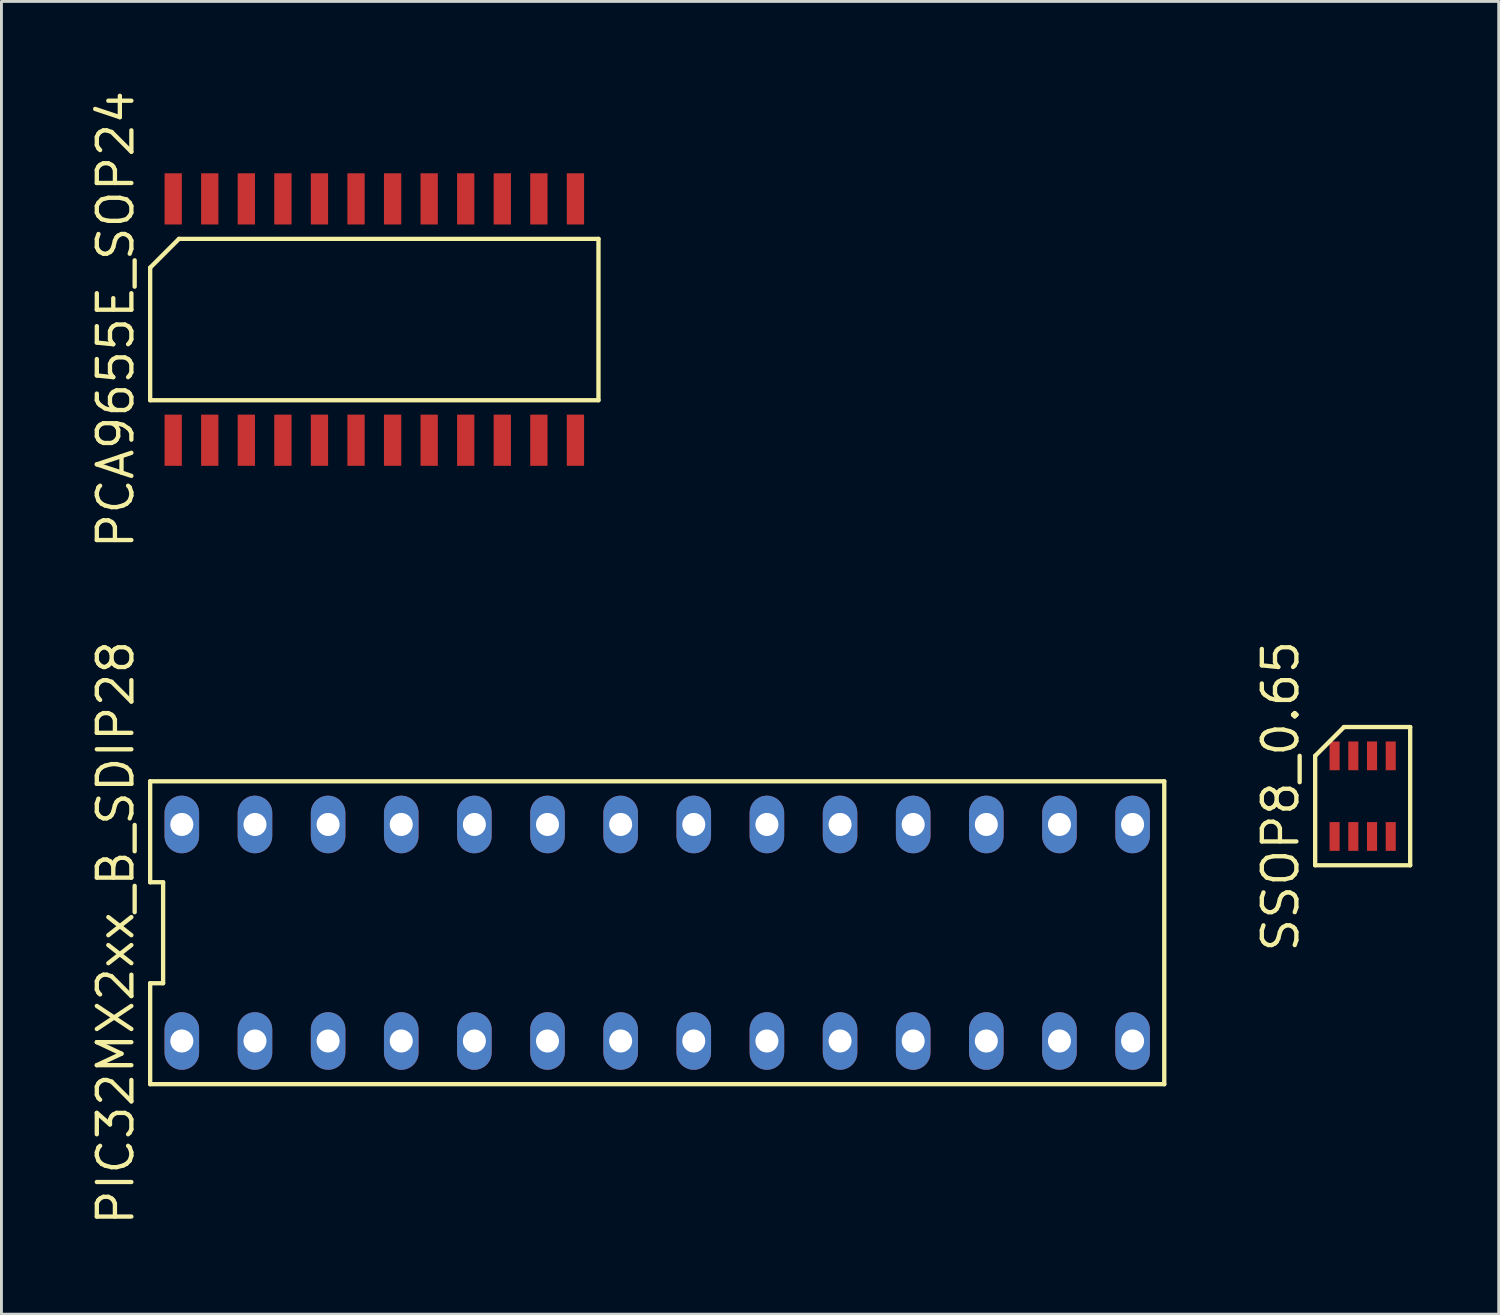
<source format=kicad_pcb>
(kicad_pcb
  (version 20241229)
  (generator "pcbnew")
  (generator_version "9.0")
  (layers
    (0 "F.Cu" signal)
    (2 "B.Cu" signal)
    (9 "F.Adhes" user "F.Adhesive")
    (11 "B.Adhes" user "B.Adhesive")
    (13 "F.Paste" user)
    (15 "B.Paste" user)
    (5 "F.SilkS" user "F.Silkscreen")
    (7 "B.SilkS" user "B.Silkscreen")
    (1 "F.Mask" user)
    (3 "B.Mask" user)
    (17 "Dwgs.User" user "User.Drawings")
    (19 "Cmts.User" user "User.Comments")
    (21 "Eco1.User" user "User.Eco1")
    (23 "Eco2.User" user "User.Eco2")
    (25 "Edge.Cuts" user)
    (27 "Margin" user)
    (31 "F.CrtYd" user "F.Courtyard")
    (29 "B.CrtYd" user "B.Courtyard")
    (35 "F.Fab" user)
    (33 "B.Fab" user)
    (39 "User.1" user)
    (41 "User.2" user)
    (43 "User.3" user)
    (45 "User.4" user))
  (footprint "SSOP8_0.65"
    (layer "F.Cu")
    (at 44.276 24.601)
    (property "Reference" "SSOP8_0.65" (at -2.85 0 90) (layer "F.SilkS") (effects (font (size 1.2 1.2) (thickness 0.15))))
    (attr through_hole)
    (fp_line (start -1.65 -1.4) (end -1.65 2.4) (stroke (width 0.15) (type solid)) (layer "F.SilkS"))
    (fp_line (start -1.65 2.4) (end 1.65 2.4) (stroke (width 0.15) (type solid)) (layer "F.SilkS"))
    (fp_line (start -0.65 -2.4) (end -1.65 -1.4) (stroke (width 0.15) (type solid)) (layer "F.SilkS"))
    (fp_line (start 1.65 -2.4) (end -0.65 -2.4) (stroke (width 0.15) (type solid)) (layer "F.SilkS"))
    (fp_line (start 1.65 2.4) (end 1.65 -2.4) (stroke (width 0.15) (type solid)) (layer "F.SilkS"))
    (pad "1" smd rect (at -0.975 1.4) (size 0.35 1) (layers "F.Cu" "F.Mask" "F.Paste"))
    (pad "2" smd rect (at -0.325 1.4) (size 0.35 1) (layers "F.Cu" "F.Mask" "F.Paste"))
    (pad "3" smd rect (at 0.325 1.4) (size 0.35 1) (layers "F.Cu" "F.Mask" "F.Paste"))
    (pad "4" smd rect (at 0.975 1.4) (size 0.35 1) (layers "F.Cu" "F.Mask" "F.Paste"))
    (pad "5" smd rect (at 0.975 -1.4) (size 0.35 1) (layers "F.Cu" "F.Mask" "F.Paste"))
    (pad "6" smd rect (at 0.325 -1.4) (size 0.35 1) (layers "F.Cu" "F.Mask" "F.Paste"))
    (pad "7" smd rect (at -0.325 -1.4) (size 0.35 1) (layers "F.Cu" "F.Mask" "F.Paste"))
    (pad "8" smd rect (at -0.975 -1.4) (size 0.35 1) (layers "F.Cu" "F.Mask" "F.Paste")))
  (footprint "PIC32MX2xx_B_SDIP28"
    (layer "F.Cu")
    (at 19.775 29.344)
    (property "Reference" "PIC32MX2xx_B_SDIP28" (at -18.81 0 90) (layer "F.SilkS") (effects (font (size 1.2 1.2) (thickness 0.15))))
    (attr through_hole)
    (fp_line (start -17.61 -5.26) (end -17.61 -1.753) (stroke (width 0.15) (type solid)) (layer "F.SilkS"))
    (fp_line (start -17.61 -1.753) (end -17.16 -1.753) (stroke (width 0.15) (type solid)) (layer "F.SilkS"))
    (fp_line (start -17.61 1.753) (end -17.61 5.26) (stroke (width 0.15) (type solid)) (layer "F.SilkS"))
    (fp_line (start -17.61 5.26) (end 17.61 5.26) (stroke (width 0.15) (type solid)) (layer "F.SilkS"))
    (fp_line (start -17.16 -1.753) (end -17.16 1.753) (stroke (width 0.15) (type solid)) (layer "F.SilkS"))
    (fp_line (start -17.16 1.753) (end -17.61 1.753) (stroke (width 0.15) (type solid)) (layer "F.SilkS"))
    (fp_line (start 17.61 -5.26) (end -17.61 -5.26) (stroke (width 0.15) (type solid)) (layer "F.SilkS"))
    (fp_line (start 17.61 5.26) (end 17.61 -5.26) (stroke (width 0.15) (type solid)) (layer "F.SilkS"))
    (pad "1" thru_hole oval (at -16.51 3.76) (size 1.2 2) (drill 0.8) (layers "*.Cu" "*.Mask"))
    (pad "2" thru_hole oval (at -13.97 3.76) (size 1.2 2) (drill 0.8) (layers "*.Cu" "*.Mask"))
    (pad "3" thru_hole oval (at -11.43 3.76) (size 1.2 2) (drill 0.8) (layers "*.Cu" "*.Mask"))
    (pad "4" thru_hole oval (at -8.89 3.76) (size 1.2 2) (drill 0.8) (layers "*.Cu" "*.Mask"))
    (pad "5" thru_hole oval (at -6.35 3.76) (size 1.2 2) (drill 0.8) (layers "*.Cu" "*.Mask"))
    (pad "6" thru_hole oval (at -3.81 3.76) (size 1.2 2) (drill 0.8) (layers "*.Cu" "*.Mask"))
    (pad "7" thru_hole oval (at -1.27 3.76) (size 1.2 2) (drill 0.8) (layers "*.Cu" "*.Mask"))
    (pad "8" thru_hole oval (at 1.27 3.76) (size 1.2 2) (drill 0.8) (layers "*.Cu" "*.Mask"))
    (pad "9" thru_hole oval (at 3.81 3.76) (size 1.2 2) (drill 0.8) (layers "*.Cu" "*.Mask"))
    (pad "10" thru_hole oval (at 6.35 3.76) (size 1.2 2) (drill 0.8) (layers "*.Cu" "*.Mask"))
    (pad "11" thru_hole oval (at 8.89 3.76) (size 1.2 2) (drill 0.8) (layers "*.Cu" "*.Mask"))
    (pad "12" thru_hole oval (at 11.43 3.76) (size 1.2 2) (drill 0.8) (layers "*.Cu" "*.Mask"))
    (pad "13" thru_hole oval (at 13.97 3.76) (size 1.2 2) (drill 0.8) (layers "*.Cu" "*.Mask"))
    (pad "14" thru_hole oval (at 16.51 3.76) (size 1.2 2) (drill 0.8) (layers "*.Cu" "*.Mask"))
    (pad "15" thru_hole oval (at 16.51 -3.76) (size 1.2 2) (drill 0.8) (layers "*.Cu" "*.Mask"))
    (pad "16" thru_hole oval (at 13.97 -3.76) (size 1.2 2) (drill 0.8) (layers "*.Cu" "*.Mask"))
    (pad "17" thru_hole oval (at 11.43 -3.76) (size 1.2 2) (drill 0.8) (layers "*.Cu" "*.Mask"))
    (pad "18" thru_hole oval (at 8.89 -3.76) (size 1.2 2) (drill 0.8) (layers "*.Cu" "*.Mask"))
    (pad "19" thru_hole oval (at 6.35 -3.76) (size 1.2 2) (drill 0.8) (layers "*.Cu" "*.Mask"))
    (pad "20" thru_hole oval (at 3.81 -3.76) (size 1.2 2) (drill 0.8) (layers "*.Cu" "*.Mask"))
    (pad "21" thru_hole oval (at 1.27 -3.76) (size 1.2 2) (drill 0.8) (layers "*.Cu" "*.Mask"))
    (pad "22" thru_hole oval (at -1.27 -3.76) (size 1.2 2) (drill 0.8) (layers "*.Cu" "*.Mask"))
    (pad "23" thru_hole oval (at -3.81 -3.76) (size 1.2 2) (drill 0.8) (layers "*.Cu" "*.Mask"))
    (pad "24" thru_hole oval (at -6.35 -3.76) (size 1.2 2) (drill 0.8) (layers "*.Cu" "*.Mask"))
    (pad "25" thru_hole oval (at -8.89 -3.76) (size 1.2 2) (drill 0.8) (layers "*.Cu" "*.Mask"))
    (pad "26" thru_hole oval (at -11.43 -3.76) (size 1.2 2) (drill 0.8) (layers "*.Cu" "*.Mask"))
    (pad "27" thru_hole oval (at -13.97 -3.76) (size 1.2 2) (drill 0.8) (layers "*.Cu" "*.Mask"))
    (pad "28" thru_hole oval (at -16.51 -3.76) (size 1.2 2) (drill 0.8) (layers "*.Cu" "*.Mask")))
  (footprint "PCA9655E_SOP24"
    (layer "F.Cu")
    (at 9.95 8.048)
    (property "Reference" "PCA9655E_SOP24" (at -8.985 0 90) (layer "F.SilkS") (effects (font (size 1.2 1.2) (thickness 0.15))))
    (attr through_hole)
    (fp_line (start -7.785 -1.802) (end -7.785 2.802) (stroke (width 0.15) (type solid)) (layer "F.SilkS"))
    (fp_line (start -7.785 2.802) (end 7.785 2.802) (stroke (width 0.15) (type solid)) (layer "F.SilkS"))
    (fp_line (start -6.785 -2.802) (end -7.785 -1.802) (stroke (width 0.15) (type solid)) (layer "F.SilkS"))
    (fp_line (start 7.785 -2.802) (end -6.785 -2.802) (stroke (width 0.15) (type solid)) (layer "F.SilkS"))
    (fp_line (start 7.785 2.802) (end 7.785 -2.802) (stroke (width 0.15) (type solid)) (layer "F.SilkS"))
    (pad "1" smd rect (at -6.985 4.191) (size 0.6 1.778) (layers "F.Cu" "F.Mask" "F.Paste"))
    (pad "2" smd rect (at -5.715 4.191) (size 0.6 1.778) (layers "F.Cu" "F.Mask" "F.Paste"))
    (pad "3" smd rect (at -4.445 4.191) (size 0.6 1.778) (layers "F.Cu" "F.Mask" "F.Paste"))
    (pad "4" smd rect (at -3.175 4.191) (size 0.6 1.778) (layers "F.Cu" "F.Mask" "F.Paste"))
    (pad "5" smd rect (at -1.905 4.191) (size 0.6 1.778) (layers "F.Cu" "F.Mask" "F.Paste"))
    (pad "6" smd rect (at -0.635 4.191) (size 0.6 1.778) (layers "F.Cu" "F.Mask" "F.Paste"))
    (pad "7" smd rect (at 0.635 4.191) (size 0.6 1.778) (layers "F.Cu" "F.Mask" "F.Paste"))
    (pad "8" smd rect (at 1.905 4.191) (size 0.6 1.778) (layers "F.Cu" "F.Mask" "F.Paste"))
    (pad "9" smd rect (at 3.175 4.191) (size 0.6 1.778) (layers "F.Cu" "F.Mask" "F.Paste"))
    (pad "10" smd rect (at 4.445 4.191) (size 0.6 1.778) (layers "F.Cu" "F.Mask" "F.Paste"))
    (pad "11" smd rect (at 5.715 4.191) (size 0.6 1.778) (layers "F.Cu" "F.Mask" "F.Paste"))
    (pad "12" smd rect (at 6.985 4.191) (size 0.6 1.778) (layers "F.Cu" "F.Mask" "F.Paste"))
    (pad "13" smd rect (at 6.985 -4.191) (size 0.6 1.778) (layers "F.Cu" "F.Mask" "F.Paste"))
    (pad "14" smd rect (at 5.715 -4.191) (size 0.6 1.778) (layers "F.Cu" "F.Mask" "F.Paste"))
    (pad "15" smd rect (at 4.445 -4.191) (size 0.6 1.778) (layers "F.Cu" "F.Mask" "F.Paste"))
    (pad "16" smd rect (at 3.175 -4.191) (size 0.6 1.778) (layers "F.Cu" "F.Mask" "F.Paste"))
    (pad "17" smd rect (at 1.905 -4.191) (size 0.6 1.778) (layers "F.Cu" "F.Mask" "F.Paste"))
    (pad "18" smd rect (at 0.635 -4.191) (size 0.6 1.778) (layers "F.Cu" "F.Mask" "F.Paste"))
    (pad "19" smd rect (at -0.635 -4.191) (size 0.6 1.778) (layers "F.Cu" "F.Mask" "F.Paste"))
    (pad "20" smd rect (at -1.905 -4.191) (size 0.6 1.778) (layers "F.Cu" "F.Mask" "F.Paste"))
    (pad "21" smd rect (at -3.175 -4.191) (size 0.6 1.778) (layers "F.Cu" "F.Mask" "F.Paste"))
    (pad "22" smd rect (at -4.445 -4.191) (size 0.6 1.778) (layers "F.Cu" "F.Mask" "F.Paste"))
    (pad "23" smd rect (at -5.715 -4.191) (size 0.6 1.778) (layers "F.Cu" "F.Mask" "F.Paste"))
    (pad "24" smd rect (at -6.985 -4.191) (size 0.6 1.778) (layers "F.Cu" "F.Mask" "F.Paste")))
  (gr_rect
    (start -3 -3)
    (end 49.001 42.591)
    (stroke (width 0.1) (type default))
    (fill no)
    (layer "Edge.Cuts")))
</source>
